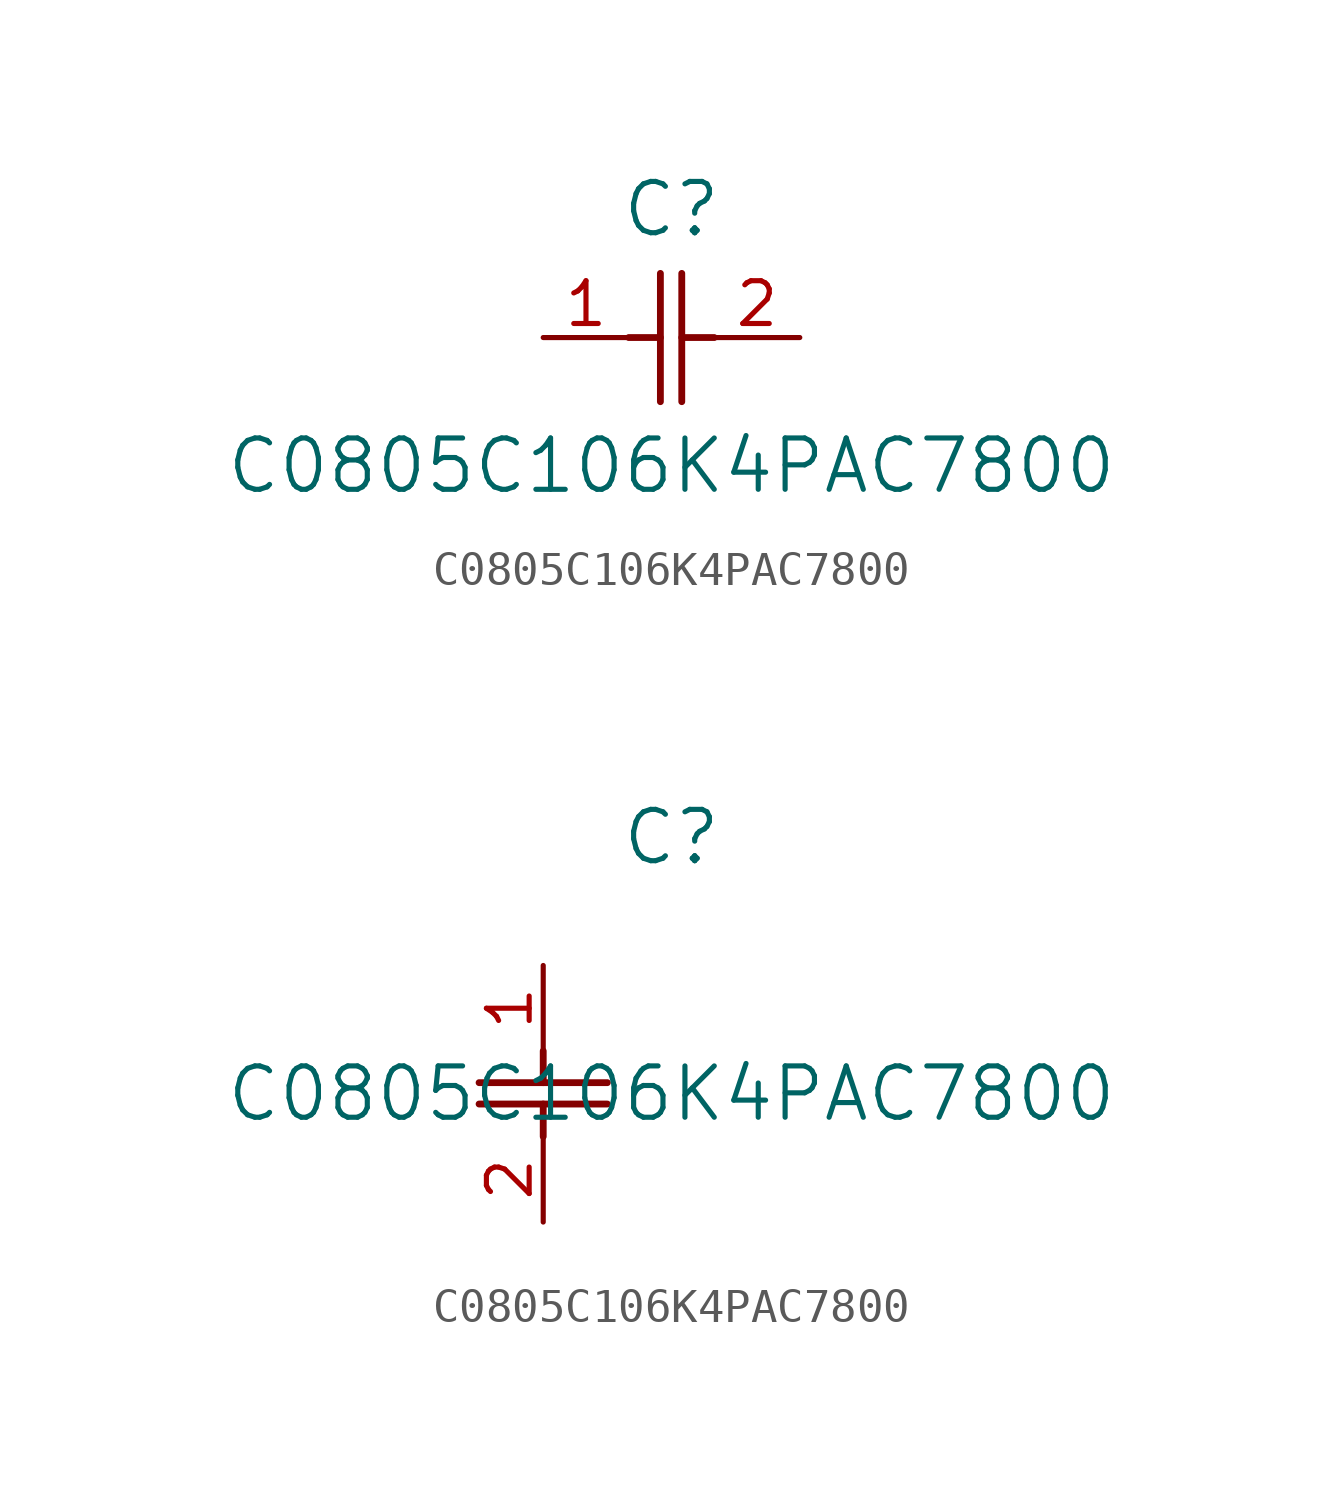
<source format=kicad_sym>
(kicad_symbol_lib
  (version 20211014)
  (generator kicad_symbol_editor)
  (symbol "C0805C106K4PAC7800"
    (pin_names
      (offset 0.254))
    (property "Reference" "C"
      (at 3.81 3.81 0)
      (effects (font (size 1.524 1.524))))
    (property "Value" "C0805C106K4PAC7800"
      (at 3.81 -3.81 0)
      (effects (font (size 1.524 1.524))))
    (symbol "C0805C106K4PAC7800_1_1"
      (polyline (pts (xy 3.48 -1.905) (xy 3.48 1.905)) (stroke (width 0.203) (type default) (color 0 0 0 0)) (fill (type none)))
      (polyline (pts (xy 4.115 -1.905) (xy 4.115 1.905)) (stroke (width 0.203) (type default) (color 0 0 0 0)) (fill (type none)))
      (polyline (pts (xy 4.115 0) (xy 5.08 0)) (stroke (width 0.203) (type default) (color 0 0 0 0)) (fill (type none)))
      (polyline (pts (xy 2.54 0) (xy 3.48 0)) (stroke (width 0.203) (type default) (color 0 0 0 0)) (fill (type none)))
      (pin unspecified line (at 0 0 0) (length 2.54) (name "" (effects (font (size 1.27 1.27)))) (number "1" (effects (font (size 1.27 1.27)))))
      (pin unspecified line (at 7.62 0 180) (length 2.54) (name "" (effects (font (size 1.27 1.27)))) (number "2" (effects (font (size 1.27 1.27))))))
    (symbol "C0805C106K4PAC7800_1_2"
      (polyline (pts (xy -1.905 -3.48) (xy 1.905 -3.48)) (stroke (width 0.203) (type default) (color 0 0 0 0)) (fill (type none)))
      (polyline (pts (xy -1.905 -4.115) (xy 1.905 -4.115)) (stroke (width 0.203) (type default) (color 0 0 0 0)) (fill (type none)))
      (polyline (pts (xy 0 -4.115) (xy 0 -5.08)) (stroke (width 0.203) (type default) (color 0 0 0 0)) (fill (type none)))
      (polyline (pts (xy 0 -2.54) (xy 0 -3.48)) (stroke (width 0.203) (type default) (color 0 0 0 0)) (fill (type none)))
      (pin unspecified line (at 0 0 270) (length 2.54) (name "" (effects (font (size 1.27 1.27)))) (number "1" (effects (font (size 1.27 1.27)))))
      (pin unspecified line (at 0 -7.62 90) (length 2.54) (name "" (effects (font (size 1.27 1.27)))) (number "2" (effects (font (size 1.27 1.27))))))))
</source>
